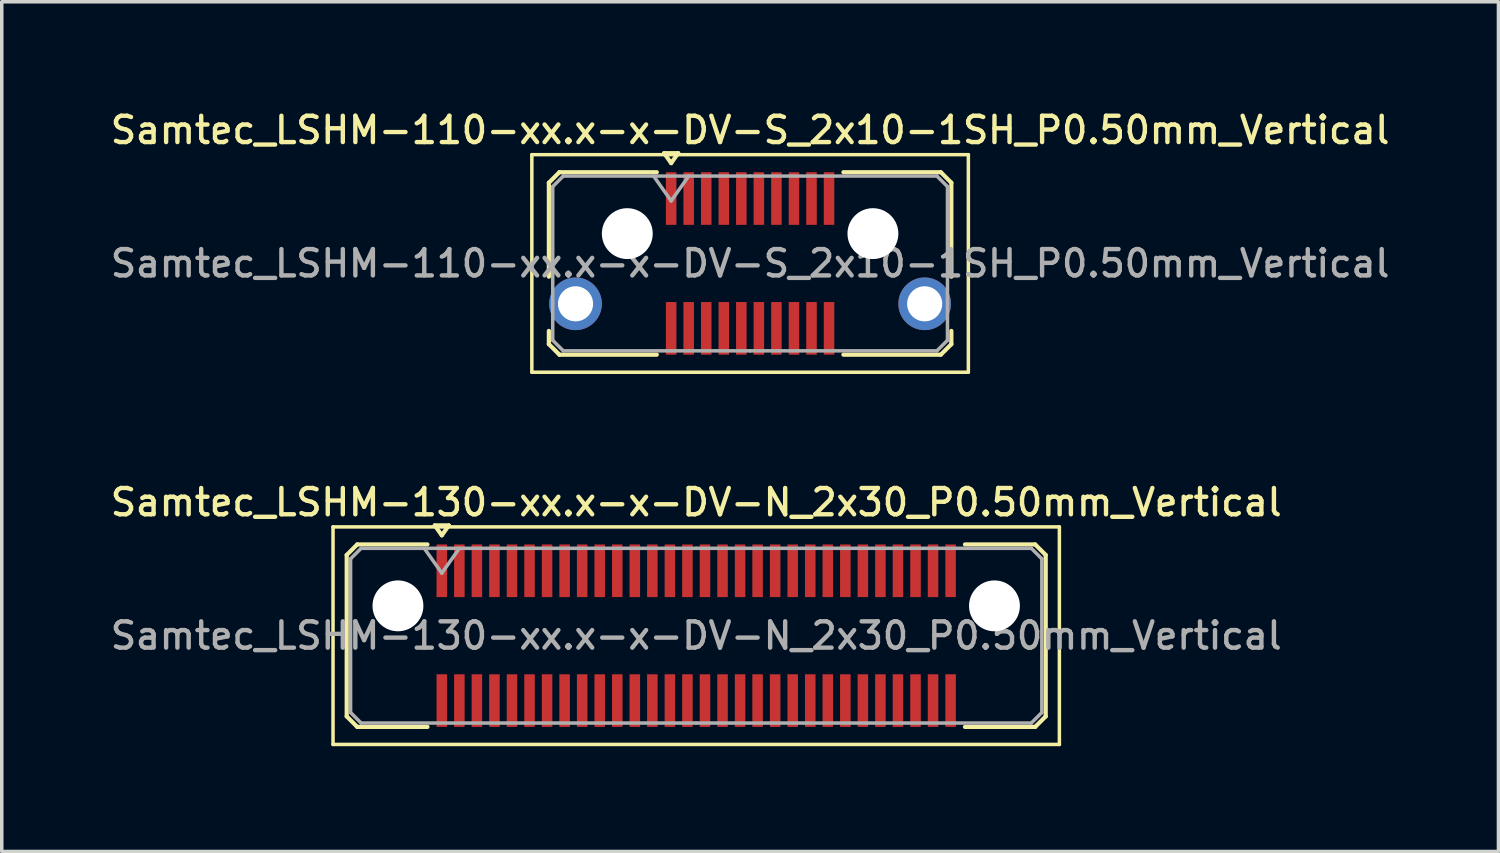
<source format=kicad_pcb>
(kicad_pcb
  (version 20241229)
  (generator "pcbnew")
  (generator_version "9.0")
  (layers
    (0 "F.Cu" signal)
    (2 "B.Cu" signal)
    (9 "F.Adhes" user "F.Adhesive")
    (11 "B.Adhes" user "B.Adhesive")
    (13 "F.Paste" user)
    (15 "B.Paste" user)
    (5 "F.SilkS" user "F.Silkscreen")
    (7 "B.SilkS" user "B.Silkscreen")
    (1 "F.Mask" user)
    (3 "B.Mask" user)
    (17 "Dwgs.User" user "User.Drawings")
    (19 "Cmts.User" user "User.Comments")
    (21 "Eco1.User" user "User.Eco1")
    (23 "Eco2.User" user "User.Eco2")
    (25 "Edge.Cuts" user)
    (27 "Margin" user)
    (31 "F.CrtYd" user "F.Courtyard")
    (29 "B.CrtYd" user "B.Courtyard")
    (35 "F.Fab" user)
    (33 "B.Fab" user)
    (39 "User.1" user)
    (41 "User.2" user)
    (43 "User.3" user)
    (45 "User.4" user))
  (footprint "Samtec_LSHM-130-xx.x-x-DV-N_2x30_P0.50mm_Vertical"
    (layer "F.Cu")
    (at 16.791 15.066)
    (property "Reference" "Samtec_LSHM-130-xx.x-x-DV-N_2x30_P0.50mm_Vertical" (at 0 -3.8 0) (layer "F.SilkS") (effects (font (size 0.75 0.75) (thickness 0.125))))
    (attr smd)
    (fp_line (start -10.35 -3.1) (end -10.35 3.1) (stroke (width 0.1) (type solid)) (layer "F.SilkS"))
    (fp_line (start -10.35 3.1) (end 10.35 3.1) (stroke (width 0.1) (type solid)) (layer "F.SilkS"))
    (fp_line (start -9.96 -2.3) (end -9.96 2.3) (stroke (width 0.12) (type solid)) (layer "F.SilkS"))
    (fp_line (start -9.96 2.3) (end -9.66 2.6) (stroke (width 0.12) (type solid)) (layer "F.SilkS"))
    (fp_line (start -9.66 -2.6) (end -9.96 -2.3) (stroke (width 0.12) (type solid)) (layer "F.SilkS"))
    (fp_line (start -9.66 2.6) (end -7.66 2.6) (stroke (width 0.12) (type solid)) (layer "F.SilkS"))
    (fp_line (start -7.66 -2.6) (end -9.66 -2.6) (stroke (width 0.12) (type solid)) (layer "F.SilkS"))
    (fp_line (start -7.45 -3.143) (end -7.05 -3.143) (stroke (width 0.12) (type solid)) (layer "F.SilkS"))
    (fp_line (start -7.25 -2.86) (end -7.45 -3.143) (stroke (width 0.12) (type solid)) (layer "F.SilkS"))
    (fp_line (start -7.05 -3.143) (end -7.25 -2.86) (stroke (width 0.12) (type solid)) (layer "F.SilkS"))
    (fp_line (start 7.66 -2.6) (end 9.66 -2.6) (stroke (width 0.12) (type solid)) (layer "F.SilkS"))
    (fp_line (start 9.66 -2.6) (end 9.96 -2.3) (stroke (width 0.12) (type solid)) (layer "F.SilkS"))
    (fp_line (start 9.66 2.6) (end 7.66 2.6) (stroke (width 0.12) (type solid)) (layer "F.SilkS"))
    (fp_line (start 9.96 -2.3) (end 9.96 2.3) (stroke (width 0.12) (type solid)) (layer "F.SilkS"))
    (fp_line (start 9.96 2.3) (end 9.66 2.6) (stroke (width 0.12) (type solid)) (layer "F.SilkS"))
    (fp_line (start 10.35 -3.1) (end -10.35 -3.1) (stroke (width 0.1) (type solid)) (layer "F.SilkS"))
    (fp_line (start 10.35 3.1) (end 10.35 -3.1) (stroke (width 0.1) (type solid)) (layer "F.SilkS"))
    (fp_line (start -9.85 -2.19) (end -9.85 2.19) (stroke (width 0.1) (type solid)) (layer "F.Fab"))
    (fp_line (start -9.85 2.19) (end -9.55 2.49) (stroke (width 0.1) (type solid)) (layer "F.Fab"))
    (fp_line (start -9.55 -2.49) (end -9.85 -2.19) (stroke (width 0.1) (type solid)) (layer "F.Fab"))
    (fp_line (start -9.55 2.49) (end 0 2.49) (stroke (width 0.1) (type solid)) (layer "F.Fab"))
    (fp_line (start -7.75 -2.49) (end -7.25 -1.783) (stroke (width 0.1) (type solid)) (layer "F.Fab"))
    (fp_line (start -7.25 -1.783) (end -6.75 -2.49) (stroke (width 0.1) (type solid)) (layer "F.Fab"))
    (fp_line (start 0 -2.49) (end -9.55 -2.49) (stroke (width 0.1) (type solid)) (layer "F.Fab"))
    (fp_line (start 0 -2.49) (end 9.55 -2.49) (stroke (width 0.1) (type solid)) (layer "F.Fab"))
    (fp_line (start 9.55 -2.49) (end 9.85 -2.19) (stroke (width 0.1) (type solid)) (layer "F.Fab"))
    (fp_line (start 9.55 2.49) (end 0 2.49) (stroke (width 0.1) (type solid)) (layer "F.Fab"))
    (fp_line (start 9.85 -2.19) (end 9.85 2.19) (stroke (width 0.1) (type solid)) (layer "F.Fab"))
    (fp_line (start 9.85 2.19) (end 9.55 2.49) (stroke (width 0.1) (type solid)) (layer "F.Fab"))
    (fp_text user "${REFERENCE}" (at 0 0 0) (layer "F.Fab") (effects (font (size 0.75 0.75) (thickness 0.125))))
    (pad "" np_thru_hole circle (at -8.5 -0.85) (size 1.45 1.45) (drill 1.45) (layers "*.Cu" "*.Mask"))
    (pad "" np_thru_hole circle (at 8.5 -0.85) (size 1.45 1.45) (drill 1.45) (layers "*.Cu" "*.Mask"))
    (pad "1" smd rect (at -7.25 -1.85) (size 0.3 1.5) (layers "F.Cu" "F.Mask" "F.Paste"))
    (pad "2" smd rect (at -7.25 1.85) (size 0.3 1.5) (layers "F.Cu" "F.Mask" "F.Paste"))
    (pad "3" smd rect (at -6.75 -1.85) (size 0.3 1.5) (layers "F.Cu" "F.Mask" "F.Paste"))
    (pad "4" smd rect (at -6.75 1.85) (size 0.3 1.5) (layers "F.Cu" "F.Mask" "F.Paste"))
    (pad "5" smd rect (at -6.25 -1.85) (size 0.3 1.5) (layers "F.Cu" "F.Mask" "F.Paste"))
    (pad "6" smd rect (at -6.25 1.85) (size 0.3 1.5) (layers "F.Cu" "F.Mask" "F.Paste"))
    (pad "7" smd rect (at -5.75 -1.85) (size 0.3 1.5) (layers "F.Cu" "F.Mask" "F.Paste"))
    (pad "8" smd rect (at -5.75 1.85) (size 0.3 1.5) (layers "F.Cu" "F.Mask" "F.Paste"))
    (pad "9" smd rect (at -5.25 -1.85) (size 0.3 1.5) (layers "F.Cu" "F.Mask" "F.Paste"))
    (pad "10" smd rect (at -5.25 1.85) (size 0.3 1.5) (layers "F.Cu" "F.Mask" "F.Paste"))
    (pad "11" smd rect (at -4.75 -1.85) (size 0.3 1.5) (layers "F.Cu" "F.Mask" "F.Paste"))
    (pad "12" smd rect (at -4.75 1.85) (size 0.3 1.5) (layers "F.Cu" "F.Mask" "F.Paste"))
    (pad "13" smd rect (at -4.25 -1.85) (size 0.3 1.5) (layers "F.Cu" "F.Mask" "F.Paste"))
    (pad "14" smd rect (at -4.25 1.85) (size 0.3 1.5) (layers "F.Cu" "F.Mask" "F.Paste"))
    (pad "15" smd rect (at -3.75 -1.85) (size 0.3 1.5) (layers "F.Cu" "F.Mask" "F.Paste"))
    (pad "16" smd rect (at -3.75 1.85) (size 0.3 1.5) (layers "F.Cu" "F.Mask" "F.Paste"))
    (pad "17" smd rect (at -3.25 -1.85) (size 0.3 1.5) (layers "F.Cu" "F.Mask" "F.Paste"))
    (pad "18" smd rect (at -3.25 1.85) (size 0.3 1.5) (layers "F.Cu" "F.Mask" "F.Paste"))
    (pad "19" smd rect (at -2.75 -1.85) (size 0.3 1.5) (layers "F.Cu" "F.Mask" "F.Paste"))
    (pad "20" smd rect (at -2.75 1.85) (size 0.3 1.5) (layers "F.Cu" "F.Mask" "F.Paste"))
    (pad "21" smd rect (at -2.25 -1.85) (size 0.3 1.5) (layers "F.Cu" "F.Mask" "F.Paste"))
    (pad "22" smd rect (at -2.25 1.85) (size 0.3 1.5) (layers "F.Cu" "F.Mask" "F.Paste"))
    (pad "23" smd rect (at -1.75 -1.85) (size 0.3 1.5) (layers "F.Cu" "F.Mask" "F.Paste"))
    (pad "24" smd rect (at -1.75 1.85) (size 0.3 1.5) (layers "F.Cu" "F.Mask" "F.Paste"))
    (pad "25" smd rect (at -1.25 -1.85) (size 0.3 1.5) (layers "F.Cu" "F.Mask" "F.Paste"))
    (pad "26" smd rect (at -1.25 1.85) (size 0.3 1.5) (layers "F.Cu" "F.Mask" "F.Paste"))
    (pad "27" smd rect (at -0.75 -1.85) (size 0.3 1.5) (layers "F.Cu" "F.Mask" "F.Paste"))
    (pad "28" smd rect (at -0.75 1.85) (size 0.3 1.5) (layers "F.Cu" "F.Mask" "F.Paste"))
    (pad "29" smd rect (at -0.25 -1.85) (size 0.3 1.5) (layers "F.Cu" "F.Mask" "F.Paste"))
    (pad "30" smd rect (at -0.25 1.85) (size 0.3 1.5) (layers "F.Cu" "F.Mask" "F.Paste"))
    (pad "31" smd rect (at 0.25 -1.85) (size 0.3 1.5) (layers "F.Cu" "F.Mask" "F.Paste"))
    (pad "32" smd rect (at 0.25 1.85) (size 0.3 1.5) (layers "F.Cu" "F.Mask" "F.Paste"))
    (pad "33" smd rect (at 0.75 -1.85) (size 0.3 1.5) (layers "F.Cu" "F.Mask" "F.Paste"))
    (pad "34" smd rect (at 0.75 1.85) (size 0.3 1.5) (layers "F.Cu" "F.Mask" "F.Paste"))
    (pad "35" smd rect (at 1.25 -1.85) (size 0.3 1.5) (layers "F.Cu" "F.Mask" "F.Paste"))
    (pad "36" smd rect (at 1.25 1.85) (size 0.3 1.5) (layers "F.Cu" "F.Mask" "F.Paste"))
    (pad "37" smd rect (at 1.75 -1.85) (size 0.3 1.5) (layers "F.Cu" "F.Mask" "F.Paste"))
    (pad "38" smd rect (at 1.75 1.85) (size 0.3 1.5) (layers "F.Cu" "F.Mask" "F.Paste"))
    (pad "39" smd rect (at 2.25 -1.85) (size 0.3 1.5) (layers "F.Cu" "F.Mask" "F.Paste"))
    (pad "40" smd rect (at 2.25 1.85) (size 0.3 1.5) (layers "F.Cu" "F.Mask" "F.Paste"))
    (pad "41" smd rect (at 2.75 -1.85) (size 0.3 1.5) (layers "F.Cu" "F.Mask" "F.Paste"))
    (pad "42" smd rect (at 2.75 1.85) (size 0.3 1.5) (layers "F.Cu" "F.Mask" "F.Paste"))
    (pad "43" smd rect (at 3.25 -1.85) (size 0.3 1.5) (layers "F.Cu" "F.Mask" "F.Paste"))
    (pad "44" smd rect (at 3.25 1.85) (size 0.3 1.5) (layers "F.Cu" "F.Mask" "F.Paste"))
    (pad "45" smd rect (at 3.75 -1.85) (size 0.3 1.5) (layers "F.Cu" "F.Mask" "F.Paste"))
    (pad "46" smd rect (at 3.75 1.85) (size 0.3 1.5) (layers "F.Cu" "F.Mask" "F.Paste"))
    (pad "47" smd rect (at 4.25 -1.85) (size 0.3 1.5) (layers "F.Cu" "F.Mask" "F.Paste"))
    (pad "48" smd rect (at 4.25 1.85) (size 0.3 1.5) (layers "F.Cu" "F.Mask" "F.Paste"))
    (pad "49" smd rect (at 4.75 -1.85) (size 0.3 1.5) (layers "F.Cu" "F.Mask" "F.Paste"))
    (pad "50" smd rect (at 4.75 1.85) (size 0.3 1.5) (layers "F.Cu" "F.Mask" "F.Paste"))
    (pad "51" smd rect (at 5.25 -1.85) (size 0.3 1.5) (layers "F.Cu" "F.Mask" "F.Paste"))
    (pad "52" smd rect (at 5.25 1.85) (size 0.3 1.5) (layers "F.Cu" "F.Mask" "F.Paste"))
    (pad "53" smd rect (at 5.75 -1.85) (size 0.3 1.5) (layers "F.Cu" "F.Mask" "F.Paste"))
    (pad "54" smd rect (at 5.75 1.85) (size 0.3 1.5) (layers "F.Cu" "F.Mask" "F.Paste"))
    (pad "55" smd rect (at 6.25 -1.85) (size 0.3 1.5) (layers "F.Cu" "F.Mask" "F.Paste"))
    (pad "56" smd rect (at 6.25 1.85) (size 0.3 1.5) (layers "F.Cu" "F.Mask" "F.Paste"))
    (pad "57" smd rect (at 6.75 -1.85) (size 0.3 1.5) (layers "F.Cu" "F.Mask" "F.Paste"))
    (pad "58" smd rect (at 6.75 1.85) (size 0.3 1.5) (layers "F.Cu" "F.Mask" "F.Paste"))
    (pad "59" smd rect (at 7.25 -1.85) (size 0.3 1.5) (layers "F.Cu" "F.Mask" "F.Paste"))
    (pad "60" smd rect (at 7.25 1.85) (size 0.3 1.5) (layers "F.Cu" "F.Mask" "F.Paste")))
  (footprint "Samtec_LSHM-110-xx.x-x-DV-S_2x10-1SH_P0.50mm_Vertical"
    (layer "F.Cu")
    (at 18.327 4.458)
    (property "Reference" "Samtec_LSHM-110-xx.x-x-DV-S_2x10-1SH_P0.50mm_Vertical" (at 0 -3.8 0) (layer "F.SilkS") (effects (font (size 0.75 0.75) (thickness 0.125))))
    (attr smd)
    (fp_line (start -6.22 -3.1) (end -6.22 3.1) (stroke (width 0.1) (type solid)) (layer "F.SilkS"))
    (fp_line (start -6.22 3.1) (end 6.22 3.1) (stroke (width 0.1) (type solid)) (layer "F.SilkS"))
    (fp_line (start -5.735 -2.3) (end -5.735 0.377) (stroke (width 0.12) (type solid)) (layer "F.SilkS"))
    (fp_line (start -5.735 1.923) (end -5.735 2.3) (stroke (width 0.12) (type solid)) (layer "F.SilkS"))
    (fp_line (start -5.735 2.3) (end -5.435 2.6) (stroke (width 0.12) (type solid)) (layer "F.SilkS"))
    (fp_line (start -5.435 -2.6) (end -5.735 -2.3) (stroke (width 0.12) (type solid)) (layer "F.SilkS"))
    (fp_line (start -5.435 2.6) (end -2.66 2.6) (stroke (width 0.12) (type solid)) (layer "F.SilkS"))
    (fp_line (start -2.66 -2.6) (end -5.435 -2.6) (stroke (width 0.12) (type solid)) (layer "F.SilkS"))
    (fp_line (start -2.45 -3.143) (end -2.05 -3.143) (stroke (width 0.12) (type solid)) (layer "F.SilkS"))
    (fp_line (start -2.25 -2.86) (end -2.45 -3.143) (stroke (width 0.12) (type solid)) (layer "F.SilkS"))
    (fp_line (start -2.05 -3.143) (end -2.25 -2.86) (stroke (width 0.12) (type solid)) (layer "F.SilkS"))
    (fp_line (start 2.66 -2.6) (end 5.435 -2.6) (stroke (width 0.12) (type solid)) (layer "F.SilkS"))
    (fp_line (start 5.435 -2.6) (end 5.735 -2.3) (stroke (width 0.12) (type solid)) (layer "F.SilkS"))
    (fp_line (start 5.435 2.6) (end 2.66 2.6) (stroke (width 0.12) (type solid)) (layer "F.SilkS"))
    (fp_line (start 5.735 -2.3) (end 5.735 0.377) (stroke (width 0.12) (type solid)) (layer "F.SilkS"))
    (fp_line (start 5.735 1.923) (end 5.735 2.3) (stroke (width 0.12) (type solid)) (layer "F.SilkS"))
    (fp_line (start 5.735 2.3) (end 5.435 2.6) (stroke (width 0.12) (type solid)) (layer "F.SilkS"))
    (fp_line (start 6.22 -3.1) (end -6.22 -3.1) (stroke (width 0.1) (type solid)) (layer "F.SilkS"))
    (fp_line (start 6.22 3.1) (end 6.22 -3.1) (stroke (width 0.1) (type solid)) (layer "F.SilkS"))
    (fp_line (start -5.625 -2.19) (end -5.625 2.19) (stroke (width 0.1) (type solid)) (layer "F.Fab"))
    (fp_line (start -5.625 2.19) (end -5.325 2.49) (stroke (width 0.1) (type solid)) (layer "F.Fab"))
    (fp_line (start -5.325 -2.49) (end -5.625 -2.19) (stroke (width 0.1) (type solid)) (layer "F.Fab"))
    (fp_line (start -5.325 2.49) (end 0 2.49) (stroke (width 0.1) (type solid)) (layer "F.Fab"))
    (fp_line (start -2.75 -2.49) (end -2.25 -1.783) (stroke (width 0.1) (type solid)) (layer "F.Fab"))
    (fp_line (start -2.25 -1.783) (end -1.75 -2.49) (stroke (width 0.1) (type solid)) (layer "F.Fab"))
    (fp_line (start 0 -2.49) (end -5.325 -2.49) (stroke (width 0.1) (type solid)) (layer "F.Fab"))
    (fp_line (start 0 -2.49) (end 5.325 -2.49) (stroke (width 0.1) (type solid)) (layer "F.Fab"))
    (fp_line (start 5.325 -2.49) (end 5.625 -2.19) (stroke (width 0.1) (type solid)) (layer "F.Fab"))
    (fp_line (start 5.325 2.49) (end 0 2.49) (stroke (width 0.1) (type solid)) (layer "F.Fab"))
    (fp_line (start 5.625 -2.19) (end 5.625 2.19) (stroke (width 0.1) (type solid)) (layer "F.Fab"))
    (fp_line (start 5.625 2.19) (end 5.325 2.49) (stroke (width 0.1) (type solid)) (layer "F.Fab"))
    (fp_text user "${REFERENCE}" (at 0 0 0) (layer "F.Fab") (effects (font (size 0.75 0.75) (thickness 0.125))))
    (pad "" np_thru_hole circle (at -3.5 -0.85) (size 1.45 1.45) (drill 1.45) (layers "*.Cu" "*.Mask"))
    (pad "" np_thru_hole circle (at 3.5 -0.85) (size 1.45 1.45) (drill 1.45) (layers "*.Cu" "*.Mask"))
    (pad "1" smd rect (at -2.25 -1.85) (size 0.3 1.5) (layers "F.Cu" "F.Mask" "F.Paste"))
    (pad "2" smd rect (at -2.25 1.85) (size 0.3 1.5) (layers "F.Cu" "F.Mask" "F.Paste"))
    (pad "3" smd rect (at -1.75 -1.85) (size 0.3 1.5) (layers "F.Cu" "F.Mask" "F.Paste"))
    (pad "4" smd rect (at -1.75 1.85) (size 0.3 1.5) (layers "F.Cu" "F.Mask" "F.Paste"))
    (pad "5" smd rect (at -1.25 -1.85) (size 0.3 1.5) (layers "F.Cu" "F.Mask" "F.Paste"))
    (pad "6" smd rect (at -1.25 1.85) (size 0.3 1.5) (layers "F.Cu" "F.Mask" "F.Paste"))
    (pad "7" smd rect (at -0.75 -1.85) (size 0.3 1.5) (layers "F.Cu" "F.Mask" "F.Paste"))
    (pad "8" smd rect (at -0.75 1.85) (size 0.3 1.5) (layers "F.Cu" "F.Mask" "F.Paste"))
    (pad "9" smd rect (at -0.25 -1.85) (size 0.3 1.5) (layers "F.Cu" "F.Mask" "F.Paste"))
    (pad "10" smd rect (at -0.25 1.85) (size 0.3 1.5) (layers "F.Cu" "F.Mask" "F.Paste"))
    (pad "11" smd rect (at 0.25 -1.85) (size 0.3 1.5) (layers "F.Cu" "F.Mask" "F.Paste"))
    (pad "12" smd rect (at 0.25 1.85) (size 0.3 1.5) (layers "F.Cu" "F.Mask" "F.Paste"))
    (pad "13" smd rect (at 0.75 -1.85) (size 0.3 1.5) (layers "F.Cu" "F.Mask" "F.Paste"))
    (pad "14" smd rect (at 0.75 1.85) (size 0.3 1.5) (layers "F.Cu" "F.Mask" "F.Paste"))
    (pad "15" smd rect (at 1.25 -1.85) (size 0.3 1.5) (layers "F.Cu" "F.Mask" "F.Paste"))
    (pad "16" smd rect (at 1.25 1.85) (size 0.3 1.5) (layers "F.Cu" "F.Mask" "F.Paste"))
    (pad "17" smd rect (at 1.75 -1.85) (size 0.3 1.5) (layers "F.Cu" "F.Mask" "F.Paste"))
    (pad "18" smd rect (at 1.75 1.85) (size 0.3 1.5) (layers "F.Cu" "F.Mask" "F.Paste"))
    (pad "19" smd rect (at 2.25 -1.85) (size 0.3 1.5) (layers "F.Cu" "F.Mask" "F.Paste"))
    (pad "20" smd rect (at 2.25 1.85) (size 0.3 1.5) (layers "F.Cu" "F.Mask" "F.Paste"))
    (pad "SH" thru_hole circle (at -4.975 1.15) (size 1.5 1.5) (drill 1) (layers "*.Cu" "*.Mask"))
    (pad "SH" thru_hole circle (at 4.975 1.15) (size 1.5 1.5) (drill 1) (layers "*.Cu" "*.Mask")))
  (gr_rect
    (start -3 -3)
    (end 39.654 21.216)
    (stroke (width 0.1) (type default))
    (fill no)
    (layer "Edge.Cuts")))
</source>
